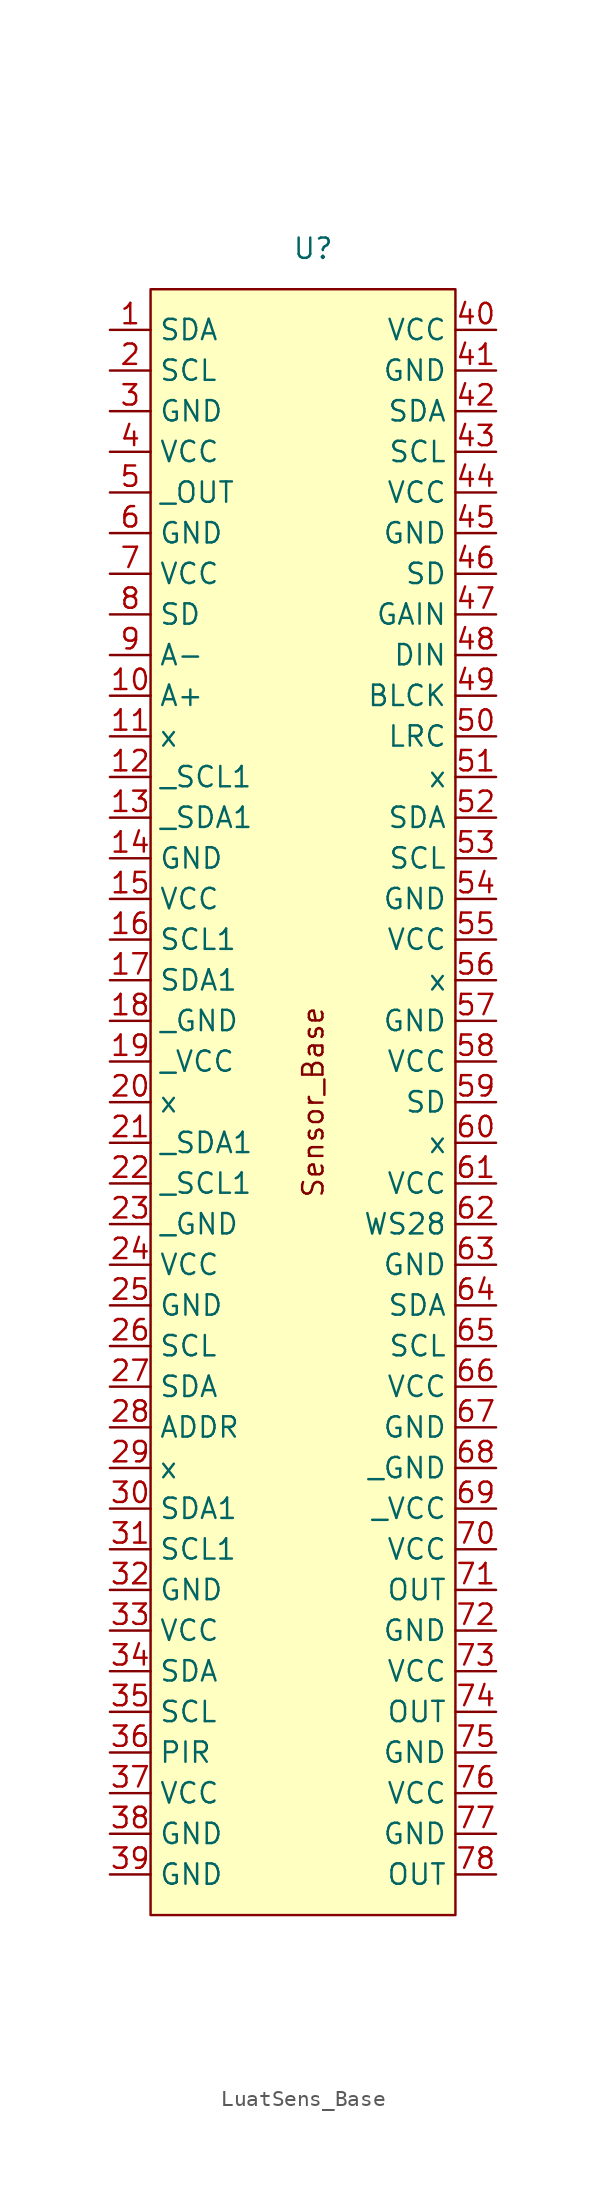
<source format=kicad_sym>
(kicad_symbol_lib
  (version 20220914)
  (generator kicad_symbol_editor)
  (symbol "LuatSens_Base"
    (property "Reference" "U"
      (at 0 0 0)
      (effects (font (size 1.27 1.27))))
    (property "Value" ""
      (at 0 0 0)
      (effects (font (size 1.27 1.27))))
    (symbol "LuatSens_Base_1_1"
      (rectangle (start -10.16 -2.54) (end 8.89 -104.14) (stroke (width 0) (type default)) (fill (type background)))
      (text "Sensor_Base\n" (at 0 -53.34 900) (effects (font (size 1.27 1.27))))
      (pin bidirectional line (at -12.7 -5.08 0) (length 2.54) (name "SDA" (effects (font (size 1.27 1.27)))) (number "1" (effects (font (size 1.27 1.27)))))
      (pin bidirectional line (at -12.7 -27.94 0) (length 2.54) (name "A+" (effects (font (size 1.27 1.27)))) (number "10" (effects (font (size 1.27 1.27)))))
      (pin bidirectional line (at -12.7 -30.48 0) (length 2.54) (name "x" (effects (font (size 1.27 1.27)))) (number "11" (effects (font (size 1.27 1.27)))))
      (pin bidirectional line (at -12.7 -33.02 0) (length 2.54) (name "_SCL1" (effects (font (size 1.27 1.27)))) (number "12" (effects (font (size 1.27 1.27)))))
      (pin bidirectional line (at -12.7 -35.56 0) (length 2.54) (name "_SDA1" (effects (font (size 1.27 1.27)))) (number "13" (effects (font (size 1.27 1.27)))))
      (pin bidirectional line (at -12.7 -38.1 0) (length 2.54) (name "GND" (effects (font (size 1.27 1.27)))) (number "14" (effects (font (size 1.27 1.27)))))
      (pin bidirectional line (at -12.7 -40.64 0) (length 2.54) (name "VCC" (effects (font (size 1.27 1.27)))) (number "15" (effects (font (size 1.27 1.27)))))
      (pin bidirectional line (at -12.7 -43.18 0) (length 2.54) (name "SCL1" (effects (font (size 1.27 1.27)))) (number "16" (effects (font (size 1.27 1.27)))))
      (pin bidirectional line (at -12.7 -45.72 0) (length 2.54) (name "SDA1" (effects (font (size 1.27 1.27)))) (number "17" (effects (font (size 1.27 1.27)))))
      (pin bidirectional line (at -12.7 -48.26 0) (length 2.54) (name "_GND" (effects (font (size 1.27 1.27)))) (number "18" (effects (font (size 1.27 1.27)))))
      (pin bidirectional line (at -12.7 -50.8 0) (length 2.54) (name "_VCC" (effects (font (size 1.27 1.27)))) (number "19" (effects (font (size 1.27 1.27)))))
      (pin bidirectional line (at -12.7 -7.62 0) (length 2.54) (name "SCL" (effects (font (size 1.27 1.27)))) (number "2" (effects (font (size 1.27 1.27)))))
      (pin bidirectional line (at -12.7 -53.34 0) (length 2.54) (name "x" (effects (font (size 1.27 1.27)))) (number "20" (effects (font (size 1.27 1.27)))))
      (pin bidirectional line (at -12.7 -55.88 0) (length 2.54) (name "_SDA1" (effects (font (size 1.27 1.27)))) (number "21" (effects (font (size 1.27 1.27)))))
      (pin bidirectional line (at -12.7 -58.42 0) (length 2.54) (name "_SCL1" (effects (font (size 1.27 1.27)))) (number "22" (effects (font (size 1.27 1.27)))))
      (pin bidirectional line (at -12.7 -60.96 0) (length 2.54) (name "_GND" (effects (font (size 1.27 1.27)))) (number "23" (effects (font (size 1.27 1.27)))))
      (pin bidirectional line (at -12.7 -63.5 0) (length 2.54) (name "VCC" (effects (font (size 1.27 1.27)))) (number "24" (effects (font (size 1.27 1.27)))))
      (pin bidirectional line (at -12.7 -66.04 0) (length 2.54) (name "GND" (effects (font (size 1.27 1.27)))) (number "25" (effects (font (size 1.27 1.27)))))
      (pin bidirectional line (at -12.7 -68.58 0) (length 2.54) (name "SCL" (effects (font (size 1.27 1.27)))) (number "26" (effects (font (size 1.27 1.27)))))
      (pin bidirectional line (at -12.7 -71.12 0) (length 2.54) (name "SDA" (effects (font (size 1.27 1.27)))) (number "27" (effects (font (size 1.27 1.27)))))
      (pin bidirectional line (at -12.7 -73.66 0) (length 2.54) (name "ADDR" (effects (font (size 1.27 1.27)))) (number "28" (effects (font (size 1.27 1.27)))))
      (pin bidirectional line (at -12.7 -76.2 0) (length 2.54) (name "x" (effects (font (size 1.27 1.27)))) (number "29" (effects (font (size 1.27 1.27)))))
      (pin bidirectional line (at -12.7 -10.16 0) (length 2.54) (name "GND" (effects (font (size 1.27 1.27)))) (number "3" (effects (font (size 1.27 1.27)))))
      (pin bidirectional line (at -12.7 -78.74 0) (length 2.54) (name "SDA1" (effects (font (size 1.27 1.27)))) (number "30" (effects (font (size 1.27 1.27)))))
      (pin bidirectional line (at -12.7 -81.28 0) (length 2.54) (name "SCL1" (effects (font (size 1.27 1.27)))) (number "31" (effects (font (size 1.27 1.27)))))
      (pin bidirectional line (at -12.7 -83.82 0) (length 2.54) (name "GND" (effects (font (size 1.27 1.27)))) (number "32" (effects (font (size 1.27 1.27)))))
      (pin bidirectional line (at -12.7 -86.36 0) (length 2.54) (name "VCC" (effects (font (size 1.27 1.27)))) (number "33" (effects (font (size 1.27 1.27)))))
      (pin bidirectional line (at -12.7 -88.9 0) (length 2.54) (name "SDA" (effects (font (size 1.27 1.27)))) (number "34" (effects (font (size 1.27 1.27)))))
      (pin bidirectional line (at -12.7 -91.44 0) (length 2.54) (name "SCL" (effects (font (size 1.27 1.27)))) (number "35" (effects (font (size 1.27 1.27)))))
      (pin bidirectional line (at -12.7 -93.98 0) (length 2.54) (name "PIR" (effects (font (size 1.27 1.27)))) (number "36" (effects (font (size 1.27 1.27)))))
      (pin bidirectional line (at -12.7 -96.52 0) (length 2.54) (name "VCC" (effects (font (size 1.27 1.27)))) (number "37" (effects (font (size 1.27 1.27)))))
      (pin bidirectional line (at -12.7 -99.06 0) (length 2.54) (name "GND" (effects (font (size 1.27 1.27)))) (number "38" (effects (font (size 1.27 1.27)))))
      (pin bidirectional line (at -12.7 -101.6 0) (length 2.54) (name "GND" (effects (font (size 1.27 1.27)))) (number "39" (effects (font (size 1.27 1.27)))))
      (pin bidirectional line (at -12.7 -12.7 0) (length 2.54) (name "VCC" (effects (font (size 1.27 1.27)))) (number "4" (effects (font (size 1.27 1.27)))))
      (pin bidirectional line (at 11.43 -5.08 180) (length 2.54) (name "VCC" (effects (font (size 1.27 1.27)))) (number "40" (effects (font (size 1.27 1.27)))))
      (pin bidirectional line (at 11.43 -7.62 180) (length 2.54) (name "GND" (effects (font (size 1.27 1.27)))) (number "41" (effects (font (size 1.27 1.27)))))
      (pin bidirectional line (at 11.43 -10.16 180) (length 2.54) (name "SDA" (effects (font (size 1.27 1.27)))) (number "42" (effects (font (size 1.27 1.27)))))
      (pin bidirectional line (at 11.43 -12.7 180) (length 2.54) (name "SCL" (effects (font (size 1.27 1.27)))) (number "43" (effects (font (size 1.27 1.27)))))
      (pin bidirectional line (at 11.43 -15.24 180) (length 2.54) (name "VCC" (effects (font (size 1.27 1.27)))) (number "44" (effects (font (size 1.27 1.27)))))
      (pin bidirectional line (at 11.43 -17.78 180) (length 2.54) (name "GND" (effects (font (size 1.27 1.27)))) (number "45" (effects (font (size 1.27 1.27)))))
      (pin bidirectional line (at 11.43 -20.32 180) (length 2.54) (name "SD" (effects (font (size 1.27 1.27)))) (number "46" (effects (font (size 1.27 1.27)))))
      (pin bidirectional line (at 11.43 -22.86 180) (length 2.54) (name "GAIN" (effects (font (size 1.27 1.27)))) (number "47" (effects (font (size 1.27 1.27)))))
      (pin bidirectional line (at 11.43 -25.4 180) (length 2.54) (name "DIN" (effects (font (size 1.27 1.27)))) (number "48" (effects (font (size 1.27 1.27)))))
      (pin bidirectional line (at 11.43 -27.94 180) (length 2.54) (name "BLCK" (effects (font (size 1.27 1.27)))) (number "49" (effects (font (size 1.27 1.27)))))
      (pin bidirectional line (at -12.7 -15.24 0) (length 2.54) (name "_OUT" (effects (font (size 1.27 1.27)))) (number "5" (effects (font (size 1.27 1.27)))))
      (pin bidirectional line (at 11.43 -30.48 180) (length 2.54) (name "LRC" (effects (font (size 1.27 1.27)))) (number "50" (effects (font (size 1.27 1.27)))))
      (pin bidirectional line (at 11.43 -33.02 180) (length 2.54) (name "x" (effects (font (size 1.27 1.27)))) (number "51" (effects (font (size 1.27 1.27)))))
      (pin bidirectional line (at 11.43 -35.56 180) (length 2.54) (name "SDA" (effects (font (size 1.27 1.27)))) (number "52" (effects (font (size 1.27 1.27)))))
      (pin bidirectional line (at 11.43 -38.1 180) (length 2.54) (name "SCL" (effects (font (size 1.27 1.27)))) (number "53" (effects (font (size 1.27 1.27)))))
      (pin bidirectional line (at 11.43 -40.64 180) (length 2.54) (name "GND" (effects (font (size 1.27 1.27)))) (number "54" (effects (font (size 1.27 1.27)))))
      (pin bidirectional line (at 11.43 -43.18 180) (length 2.54) (name "VCC" (effects (font (size 1.27 1.27)))) (number "55" (effects (font (size 1.27 1.27)))))
      (pin bidirectional line (at 11.43 -45.72 180) (length 2.54) (name "x" (effects (font (size 1.27 1.27)))) (number "56" (effects (font (size 1.27 1.27)))))
      (pin bidirectional line (at 11.43 -48.26 180) (length 2.54) (name "GND" (effects (font (size 1.27 1.27)))) (number "57" (effects (font (size 1.27 1.27)))))
      (pin bidirectional line (at 11.43 -50.8 180) (length 2.54) (name "VCC" (effects (font (size 1.27 1.27)))) (number "58" (effects (font (size 1.27 1.27)))))
      (pin bidirectional line (at 11.43 -53.34 180) (length 2.54) (name "SD" (effects (font (size 1.27 1.27)))) (number "59" (effects (font (size 1.27 1.27)))))
      (pin bidirectional line (at -12.7 -17.78 0) (length 2.54) (name "GND" (effects (font (size 1.27 1.27)))) (number "6" (effects (font (size 1.27 1.27)))))
      (pin bidirectional line (at 11.43 -55.88 180) (length 2.54) (name "x" (effects (font (size 1.27 1.27)))) (number "60" (effects (font (size 1.27 1.27)))))
      (pin bidirectional line (at 11.43 -58.42 180) (length 2.54) (name "VCC" (effects (font (size 1.27 1.27)))) (number "61" (effects (font (size 1.27 1.27)))))
      (pin bidirectional line (at 11.43 -60.96 180) (length 2.54) (name "WS28" (effects (font (size 1.27 1.27)))) (number "62" (effects (font (size 1.27 1.27)))))
      (pin bidirectional line (at 11.43 -63.5 180) (length 2.54) (name "GND" (effects (font (size 1.27 1.27)))) (number "63" (effects (font (size 1.27 1.27)))))
      (pin bidirectional line (at 11.43 -66.04 180) (length 2.54) (name "SDA" (effects (font (size 1.27 1.27)))) (number "64" (effects (font (size 1.27 1.27)))))
      (pin bidirectional line (at 11.43 -68.58 180) (length 2.54) (name "SCL" (effects (font (size 1.27 1.27)))) (number "65" (effects (font (size 1.27 1.27)))))
      (pin bidirectional line (at 11.43 -71.12 180) (length 2.54) (name "VCC" (effects (font (size 1.27 1.27)))) (number "66" (effects (font (size 1.27 1.27)))))
      (pin bidirectional line (at 11.43 -73.66 180) (length 2.54) (name "GND" (effects (font (size 1.27 1.27)))) (number "67" (effects (font (size 1.27 1.27)))))
      (pin bidirectional line (at 11.43 -76.2 180) (length 2.54) (name "_GND" (effects (font (size 1.27 1.27)))) (number "68" (effects (font (size 1.27 1.27)))))
      (pin bidirectional line (at 11.43 -78.74 180) (length 2.54) (name "_VCC" (effects (font (size 1.27 1.27)))) (number "69" (effects (font (size 1.27 1.27)))))
      (pin bidirectional line (at -12.7 -20.32 0) (length 2.54) (name "VCC" (effects (font (size 1.27 1.27)))) (number "7" (effects (font (size 1.27 1.27)))))
      (pin bidirectional line (at 11.43 -81.28 180) (length 2.54) (name "VCC" (effects (font (size 1.27 1.27)))) (number "70" (effects (font (size 1.27 1.27)))))
      (pin bidirectional line (at 11.43 -83.82 180) (length 2.54) (name "OUT" (effects (font (size 1.27 1.27)))) (number "71" (effects (font (size 1.27 1.27)))))
      (pin bidirectional line (at 11.43 -86.36 180) (length 2.54) (name "GND" (effects (font (size 1.27 1.27)))) (number "72" (effects (font (size 1.27 1.27)))))
      (pin bidirectional line (at 11.43 -88.9 180) (length 2.54) (name "VCC" (effects (font (size 1.27 1.27)))) (number "73" (effects (font (size 1.27 1.27)))))
      (pin bidirectional line (at 11.43 -91.44 180) (length 2.54) (name "OUT" (effects (font (size 1.27 1.27)))) (number "74" (effects (font (size 1.27 1.27)))))
      (pin bidirectional line (at 11.43 -93.98 180) (length 2.54) (name "GND" (effects (font (size 1.27 1.27)))) (number "75" (effects (font (size 1.27 1.27)))))
      (pin bidirectional line (at 11.43 -96.52 180) (length 2.54) (name "VCC" (effects (font (size 1.27 1.27)))) (number "76" (effects (font (size 1.27 1.27)))))
      (pin bidirectional line (at 11.43 -99.06 180) (length 2.54) (name "GND" (effects (font (size 1.27 1.27)))) (number "77" (effects (font (size 1.27 1.27)))))
      (pin bidirectional line (at 11.43 -101.6 180) (length 2.54) (name "OUT" (effects (font (size 1.27 1.27)))) (number "78" (effects (font (size 1.27 1.27)))))
      (pin bidirectional line (at -12.7 -22.86 0) (length 2.54) (name "SD" (effects (font (size 1.27 1.27)))) (number "8" (effects (font (size 1.27 1.27)))))
      (pin bidirectional line (at -12.7 -25.4 0) (length 2.54) (name "A-" (effects (font (size 1.27 1.27)))) (number "9" (effects (font (size 1.27 1.27))))))))
</source>
